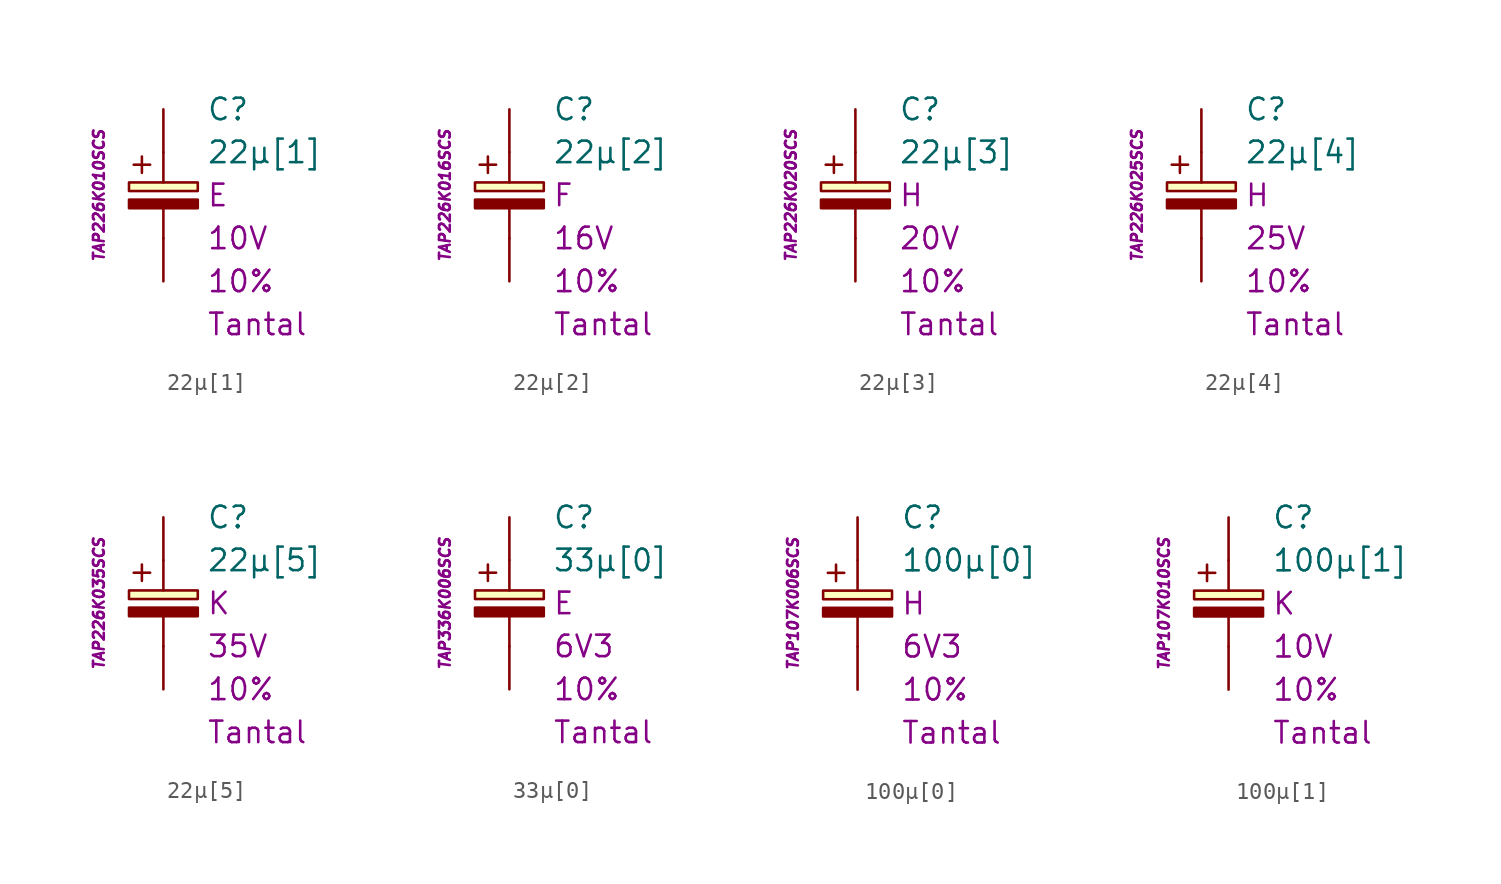
<source format=kicad_sym>
(kicad_symbol_lib
  (version 20201005)
  (generator kicad_symbol_editor)
  (symbol "22µ[1]"
    (pin_numbers hide)
    (pin_names
      (offset 1.016) hide)
    (property "Reference" "C"
      (at 2.54 5.08 0)
      (effects (font (size 1.27 1.27)) (justify left)))
    (property "Value" "22µ[1]"
      (at 2.54 2.54 0)
      (effects (font (size 1.27 1.27)) (justify left)))
    (property "Package" "E"
      (at 2.54 0 0)
      (effects (font (size 1.27 1.27)) (justify left)))
    (property "Voltage" "10V"
      (at 2.54 -2.54 0)
      (effects (font (size 1.27 1.27)) (justify left)))
    (property "Tolerance" "10%"
      (at 2.54 -5.08 0)
      (effects (font (size 1.27 1.27)) (justify left)))
    (property "Dielectric" "Tantal"
      (at 2.54 -7.62 0)
      (effects (font (size 1.27 1.27)) (justify left)))
    (property "MPN" "TAP226K010SCS"
      (at -3.81 0 90)
      (effects (font (size 0.635 0.635) italic)))
    (symbol "22µ[1]_0_0"
      (text "+" (at -1.27 1.905 0) (effects (font (size 1.27 1.27)))))
    (symbol "22µ[1]_0_1"
      (rectangle (start -2.032 -0.254) (end 2.032 -0.762) (stroke (width 0.152)) (fill (type outline)))
      (rectangle (start -2.032 0.254) (end 2.032 0.762) (stroke (width 0.152)) (fill (type background)))
      (polyline (pts (xy 0 -2.54) (xy 0 -0.762)) (stroke (width 0.152)) (fill (type none)))
      (polyline (pts (xy 0 0.762) (xy 0 2.54)) (stroke (width 0.152)) (fill (type none))))
    (symbol "22µ[1]_1_1"
      (pin passive line (at 0 5.08 270) (length 2.54) (name "~" (effects (font (size 1.778 1.778)))) (number "1" (effects (font (size 1.778 1.778)))))
      (pin passive line (at 0 -5.08 90) (length 2.54) (name "~" (effects (font (size 1.778 1.778)))) (number "2" (effects (font (size 1.778 1.778)))))))
  (symbol "22µ[2]"
    (pin_numbers hide)
    (pin_names
      (offset 1.016) hide)
    (property "Reference" "C"
      (at 2.54 5.08 0)
      (effects (font (size 1.27 1.27)) (justify left)))
    (property "Value" "22µ[2]"
      (at 2.54 2.54 0)
      (effects (font (size 1.27 1.27)) (justify left)))
    (property "Package" "F"
      (at 2.54 0 0)
      (effects (font (size 1.27 1.27)) (justify left)))
    (property "Voltage" "16V"
      (at 2.54 -2.54 0)
      (effects (font (size 1.27 1.27)) (justify left)))
    (property "Tolerance" "10%"
      (at 2.54 -5.08 0)
      (effects (font (size 1.27 1.27)) (justify left)))
    (property "Dielectric" "Tantal"
      (at 2.54 -7.62 0)
      (effects (font (size 1.27 1.27)) (justify left)))
    (property "MPN" "TAP226K016SCS"
      (at -3.81 0 90)
      (effects (font (size 0.635 0.635) italic)))
    (symbol "22µ[2]_0_0"
      (text "+" (at -1.27 1.905 0) (effects (font (size 1.27 1.27)))))
    (symbol "22µ[2]_0_1"
      (rectangle (start -2.032 -0.254) (end 2.032 -0.762) (stroke (width 0.152)) (fill (type outline)))
      (rectangle (start -2.032 0.254) (end 2.032 0.762) (stroke (width 0.152)) (fill (type background)))
      (polyline (pts (xy 0 -2.54) (xy 0 -0.762)) (stroke (width 0.152)) (fill (type none)))
      (polyline (pts (xy 0 0.762) (xy 0 2.54)) (stroke (width 0.152)) (fill (type none))))
    (symbol "22µ[2]_1_1"
      (pin passive line (at 0 5.08 270) (length 2.54) (name "~" (effects (font (size 1.778 1.778)))) (number "1" (effects (font (size 1.778 1.778)))))
      (pin passive line (at 0 -5.08 90) (length 2.54) (name "~" (effects (font (size 1.778 1.778)))) (number "2" (effects (font (size 1.778 1.778)))))))
  (symbol "22µ[3]"
    (pin_numbers hide)
    (pin_names
      (offset 1.016) hide)
    (property "Reference" "C"
      (at 2.54 5.08 0)
      (effects (font (size 1.27 1.27)) (justify left)))
    (property "Value" "22µ[3]"
      (at 2.54 2.54 0)
      (effects (font (size 1.27 1.27)) (justify left)))
    (property "Package" "H"
      (at 2.54 0 0)
      (effects (font (size 1.27 1.27)) (justify left)))
    (property "Voltage" "20V"
      (at 2.54 -2.54 0)
      (effects (font (size 1.27 1.27)) (justify left)))
    (property "Tolerance" "10%"
      (at 2.54 -5.08 0)
      (effects (font (size 1.27 1.27)) (justify left)))
    (property "Dielectric" "Tantal"
      (at 2.54 -7.62 0)
      (effects (font (size 1.27 1.27)) (justify left)))
    (property "MPN" "TAP226K020SCS"
      (at -3.81 0 90)
      (effects (font (size 0.635 0.635) italic)))
    (symbol "22µ[3]_0_0"
      (text "+" (at -1.27 1.905 0) (effects (font (size 1.27 1.27)))))
    (symbol "22µ[3]_0_1"
      (rectangle (start -2.032 -0.254) (end 2.032 -0.762) (stroke (width 0.152)) (fill (type outline)))
      (rectangle (start -2.032 0.254) (end 2.032 0.762) (stroke (width 0.152)) (fill (type background)))
      (polyline (pts (xy 0 -2.54) (xy 0 -0.762)) (stroke (width 0.152)) (fill (type none)))
      (polyline (pts (xy 0 0.762) (xy 0 2.54)) (stroke (width 0.152)) (fill (type none))))
    (symbol "22µ[3]_1_1"
      (pin passive line (at 0 5.08 270) (length 2.54) (name "~" (effects (font (size 1.778 1.778)))) (number "1" (effects (font (size 1.778 1.778)))))
      (pin passive line (at 0 -5.08 90) (length 2.54) (name "~" (effects (font (size 1.778 1.778)))) (number "2" (effects (font (size 1.778 1.778)))))))
  (symbol "22µ[4]"
    (pin_numbers hide)
    (pin_names
      (offset 1.016) hide)
    (property "Reference" "C"
      (at 2.54 5.08 0)
      (effects (font (size 1.27 1.27)) (justify left)))
    (property "Value" "22µ[4]"
      (at 2.54 2.54 0)
      (effects (font (size 1.27 1.27)) (justify left)))
    (property "Package" "H"
      (at 2.54 0 0)
      (effects (font (size 1.27 1.27)) (justify left)))
    (property "Voltage" "25V"
      (at 2.54 -2.54 0)
      (effects (font (size 1.27 1.27)) (justify left)))
    (property "Tolerance" "10%"
      (at 2.54 -5.08 0)
      (effects (font (size 1.27 1.27)) (justify left)))
    (property "Dielectric" "Tantal"
      (at 2.54 -7.62 0)
      (effects (font (size 1.27 1.27)) (justify left)))
    (property "MPN" "TAP226K025SCS"
      (at -3.81 0 90)
      (effects (font (size 0.635 0.635) italic)))
    (symbol "22µ[4]_0_0"
      (text "+" (at -1.27 1.905 0) (effects (font (size 1.27 1.27)))))
    (symbol "22µ[4]_0_1"
      (rectangle (start -2.032 -0.254) (end 2.032 -0.762) (stroke (width 0.152)) (fill (type outline)))
      (rectangle (start -2.032 0.254) (end 2.032 0.762) (stroke (width 0.152)) (fill (type background)))
      (polyline (pts (xy 0 -2.54) (xy 0 -0.762)) (stroke (width 0.152)) (fill (type none)))
      (polyline (pts (xy 0 0.762) (xy 0 2.54)) (stroke (width 0.152)) (fill (type none))))
    (symbol "22µ[4]_1_1"
      (pin passive line (at 0 5.08 270) (length 2.54) (name "~" (effects (font (size 1.778 1.778)))) (number "1" (effects (font (size 1.778 1.778)))))
      (pin passive line (at 0 -5.08 90) (length 2.54) (name "~" (effects (font (size 1.778 1.778)))) (number "2" (effects (font (size 1.778 1.778)))))))
  (symbol "22µ[5]"
    (pin_numbers hide)
    (pin_names
      (offset 1.016) hide)
    (property "Reference" "C"
      (at 2.54 5.08 0)
      (effects (font (size 1.27 1.27)) (justify left)))
    (property "Value" "22µ[5]"
      (at 2.54 2.54 0)
      (effects (font (size 1.27 1.27)) (justify left)))
    (property "Package" "K"
      (at 2.54 0 0)
      (effects (font (size 1.27 1.27)) (justify left)))
    (property "Voltage" "35V"
      (at 2.54 -2.54 0)
      (effects (font (size 1.27 1.27)) (justify left)))
    (property "Tolerance" "10%"
      (at 2.54 -5.08 0)
      (effects (font (size 1.27 1.27)) (justify left)))
    (property "Dielectric" "Tantal"
      (at 2.54 -7.62 0)
      (effects (font (size 1.27 1.27)) (justify left)))
    (property "MPN" "TAP226K035SCS"
      (at -3.81 0 90)
      (effects (font (size 0.635 0.635) italic)))
    (symbol "22µ[5]_0_0"
      (text "+" (at -1.27 1.905 0) (effects (font (size 1.27 1.27)))))
    (symbol "22µ[5]_0_1"
      (rectangle (start -2.032 -0.254) (end 2.032 -0.762) (stroke (width 0.152)) (fill (type outline)))
      (rectangle (start -2.032 0.254) (end 2.032 0.762) (stroke (width 0.152)) (fill (type background)))
      (polyline (pts (xy 0 -2.54) (xy 0 -0.762)) (stroke (width 0.152)) (fill (type none)))
      (polyline (pts (xy 0 0.762) (xy 0 2.54)) (stroke (width 0.152)) (fill (type none))))
    (symbol "22µ[5]_1_1"
      (pin passive line (at 0 5.08 270) (length 2.54) (name "~" (effects (font (size 1.778 1.778)))) (number "1" (effects (font (size 1.778 1.778)))))
      (pin passive line (at 0 -5.08 90) (length 2.54) (name "~" (effects (font (size 1.778 1.778)))) (number "2" (effects (font (size 1.778 1.778)))))))
  (symbol "33µ[0]"
    (pin_numbers hide)
    (pin_names
      (offset 1.016) hide)
    (property "Reference" "C"
      (at 2.54 5.08 0)
      (effects (font (size 1.27 1.27)) (justify left)))
    (property "Value" "33µ[0]"
      (at 2.54 2.54 0)
      (effects (font (size 1.27 1.27)) (justify left)))
    (property "Package" "E"
      (at 2.54 0 0)
      (effects (font (size 1.27 1.27)) (justify left)))
    (property "Voltage" "6V3"
      (at 2.54 -2.54 0)
      (effects (font (size 1.27 1.27)) (justify left)))
    (property "Tolerance" "10%"
      (at 2.54 -5.08 0)
      (effects (font (size 1.27 1.27)) (justify left)))
    (property "Dielectric" "Tantal"
      (at 2.54 -7.62 0)
      (effects (font (size 1.27 1.27)) (justify left)))
    (property "MPN" "TAP336K006SCS"
      (at -3.81 0 90)
      (effects (font (size 0.635 0.635) italic)))
    (symbol "33µ[0]_0_0"
      (text "+" (at -1.27 1.905 0) (effects (font (size 1.27 1.27)))))
    (symbol "33µ[0]_0_1"
      (rectangle (start -2.032 -0.254) (end 2.032 -0.762) (stroke (width 0.152)) (fill (type outline)))
      (rectangle (start -2.032 0.254) (end 2.032 0.762) (stroke (width 0.152)) (fill (type background)))
      (polyline (pts (xy 0 -2.54) (xy 0 -0.762)) (stroke (width 0.152)) (fill (type none)))
      (polyline (pts (xy 0 0.762) (xy 0 2.54)) (stroke (width 0.152)) (fill (type none))))
    (symbol "33µ[0]_1_1"
      (pin passive line (at 0 5.08 270) (length 2.54) (name "~" (effects (font (size 1.778 1.778)))) (number "1" (effects (font (size 1.778 1.778)))))
      (pin passive line (at 0 -5.08 90) (length 2.54) (name "~" (effects (font (size 1.778 1.778)))) (number "2" (effects (font (size 1.778 1.778)))))))
  (symbol "100µ[0]"
    (pin_numbers hide)
    (pin_names
      (offset 1.016) hide)
    (property "Reference" "C"
      (at 2.54 5.08 0)
      (effects (font (size 1.27 1.27)) (justify left)))
    (property "Value" "100µ[0]"
      (at 2.54 2.54 0)
      (effects (font (size 1.27 1.27)) (justify left)))
    (property "Package" "H"
      (at 2.54 0 0)
      (effects (font (size 1.27 1.27)) (justify left)))
    (property "Voltage" "6V3"
      (at 2.54 -2.54 0)
      (effects (font (size 1.27 1.27)) (justify left)))
    (property "Tolerance" "10%"
      (at 2.54 -5.08 0)
      (effects (font (size 1.27 1.27)) (justify left)))
    (property "Dielectric" "Tantal"
      (at 2.54 -7.62 0)
      (effects (font (size 1.27 1.27)) (justify left)))
    (property "MPN" "TAP107K006SCS"
      (at -3.81 0 90)
      (effects (font (size 0.635 0.635) italic)))
    (symbol "100µ[0]_0_0"
      (text "+" (at -1.27 1.905 0) (effects (font (size 1.27 1.27)))))
    (symbol "100µ[0]_0_1"
      (rectangle (start -2.032 -0.254) (end 2.032 -0.762) (stroke (width 0.152)) (fill (type outline)))
      (rectangle (start -2.032 0.254) (end 2.032 0.762) (stroke (width 0.152)) (fill (type background)))
      (polyline (pts (xy 0 -2.54) (xy 0 -0.762)) (stroke (width 0.152)) (fill (type none)))
      (polyline (pts (xy 0 0.762) (xy 0 2.54)) (stroke (width 0.152)) (fill (type none))))
    (symbol "100µ[0]_1_1"
      (pin passive line (at 0 5.08 270) (length 2.54) (name "~" (effects (font (size 1.778 1.778)))) (number "1" (effects (font (size 1.778 1.778)))))
      (pin passive line (at 0 -5.08 90) (length 2.54) (name "~" (effects (font (size 1.778 1.778)))) (number "2" (effects (font (size 1.778 1.778)))))))
  (symbol "100µ[1]"
    (pin_numbers hide)
    (pin_names
      (offset 1.016) hide)
    (property "Reference" "C"
      (at 2.54 5.08 0)
      (effects (font (size 1.27 1.27)) (justify left)))
    (property "Value" "100µ[1]"
      (at 2.54 2.54 0)
      (effects (font (size 1.27 1.27)) (justify left)))
    (property "Package" "K"
      (at 2.54 0 0)
      (effects (font (size 1.27 1.27)) (justify left)))
    (property "Voltage" "10V"
      (at 2.54 -2.54 0)
      (effects (font (size 1.27 1.27)) (justify left)))
    (property "Tolerance" "10%"
      (at 2.54 -5.08 0)
      (effects (font (size 1.27 1.27)) (justify left)))
    (property "Dielectric" "Tantal"
      (at 2.54 -7.62 0)
      (effects (font (size 1.27 1.27)) (justify left)))
    (property "MPN" "TAP107K010SCS"
      (at -3.81 0 90)
      (effects (font (size 0.635 0.635) italic)))
    (symbol "100µ[1]_0_0"
      (text "+" (at -1.27 1.905 0) (effects (font (size 1.27 1.27)))))
    (symbol "100µ[1]_0_1"
      (rectangle (start -2.032 -0.254) (end 2.032 -0.762) (stroke (width 0.152)) (fill (type outline)))
      (rectangle (start -2.032 0.254) (end 2.032 0.762) (stroke (width 0.152)) (fill (type background)))
      (polyline (pts (xy 0 -2.54) (xy 0 -0.762)) (stroke (width 0.152)) (fill (type none)))
      (polyline (pts (xy 0 0.762) (xy 0 2.54)) (stroke (width 0.152)) (fill (type none))))
    (symbol "100µ[1]_1_1"
      (pin passive line (at 0 5.08 270) (length 2.54) (name "~" (effects (font (size 1.778 1.778)))) (number "1" (effects (font (size 1.778 1.778)))))
      (pin passive line (at 0 -5.08 90) (length 2.54) (name "~" (effects (font (size 1.778 1.778)))) (number "2" (effects (font (size 1.778 1.778))))))))
</source>
